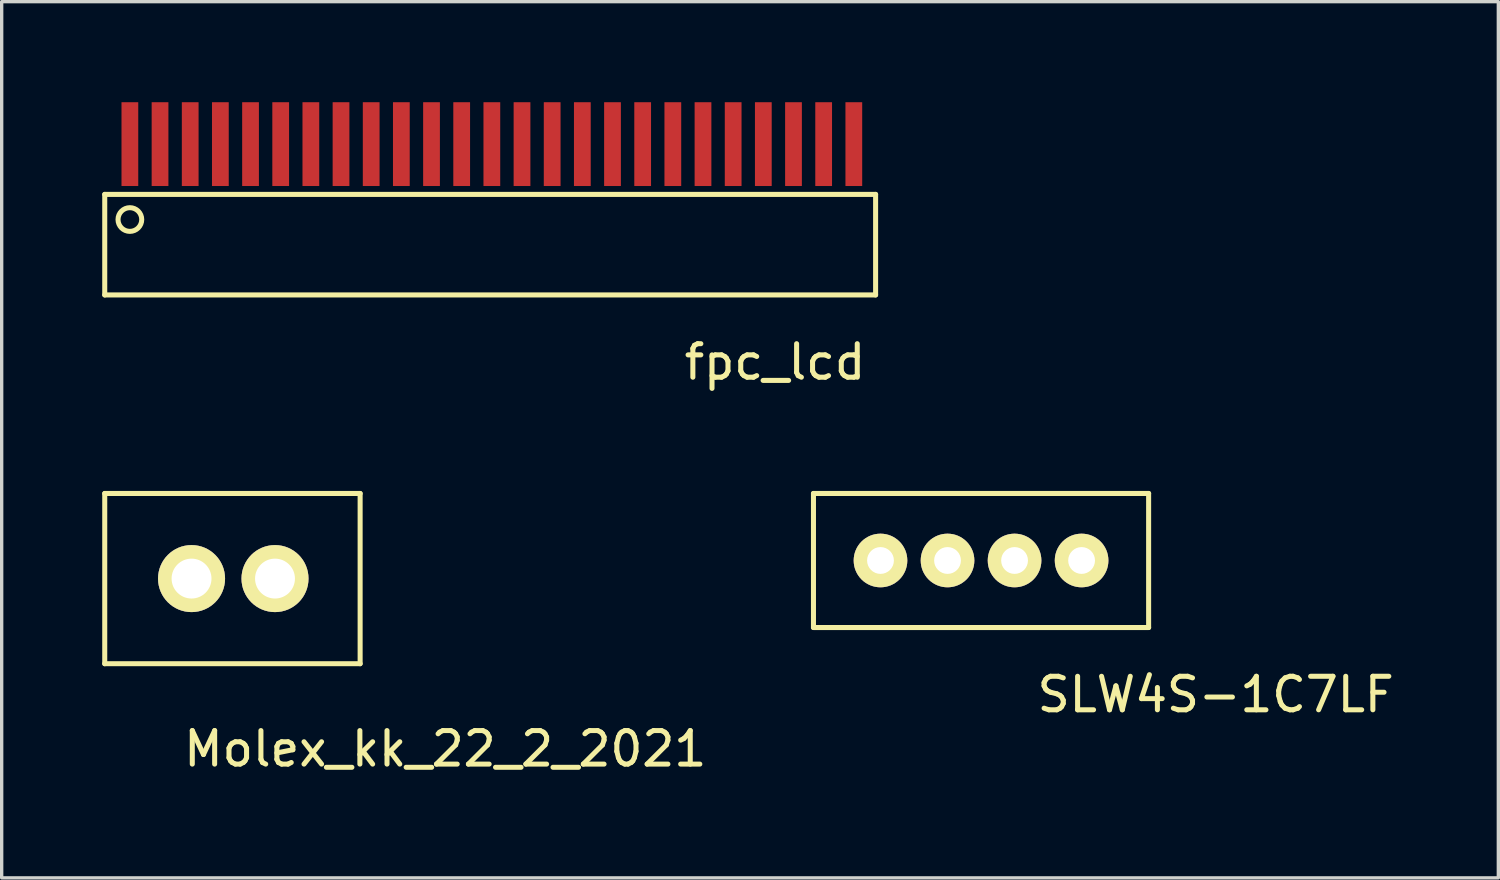
<source format=kicad_pcb>
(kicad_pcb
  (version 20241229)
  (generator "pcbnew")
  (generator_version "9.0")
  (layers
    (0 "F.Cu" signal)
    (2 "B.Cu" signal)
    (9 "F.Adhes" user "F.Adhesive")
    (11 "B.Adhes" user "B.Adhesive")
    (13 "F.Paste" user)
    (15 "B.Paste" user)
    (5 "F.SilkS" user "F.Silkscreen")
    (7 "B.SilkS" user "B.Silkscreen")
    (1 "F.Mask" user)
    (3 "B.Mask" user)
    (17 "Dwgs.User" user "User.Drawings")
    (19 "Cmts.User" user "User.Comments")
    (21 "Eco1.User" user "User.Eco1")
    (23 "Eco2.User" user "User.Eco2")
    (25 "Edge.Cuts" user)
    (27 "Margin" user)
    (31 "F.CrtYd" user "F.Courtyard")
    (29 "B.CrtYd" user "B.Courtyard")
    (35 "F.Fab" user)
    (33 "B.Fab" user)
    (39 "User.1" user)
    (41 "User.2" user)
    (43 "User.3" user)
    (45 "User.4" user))
  (footprint "Molex_kk_22_2_2021"
    (layer "F.Cu")
    (at 2.615 14.213)
    (property "Reference" "Molex_kk_22_2_2021" (at 7.62 5.08 0) (layer "F.SilkS") (effects (font (size 1 1) (thickness 0.15))))
    (attr through_hole)
    (fp_line (start -2.54 -2.54) (end -2.54 2.54) (stroke (width 0.15) (type solid)) (layer "F.SilkS"))
    (fp_line (start -2.54 2.54) (end 5.08 2.54) (stroke (width 0.15) (type solid)) (layer "F.SilkS"))
    (fp_line (start 5.08 -2.54) (end -2.54 -2.54) (stroke (width 0.15) (type solid)) (layer "F.SilkS"))
    (fp_line (start 5.08 2.54) (end 5.08 -2.54) (stroke (width 0.15) (type solid)) (layer "F.SilkS"))
    (pad "1" thru_hole circle (at 0.05 0) (size 2 2) (drill 1.19) (layers "*.Cu" "*.Mask" "F.SilkS"))
    (pad "2" thru_hole circle (at 2.54 0) (size 2 2) (drill 1.19) (layers "*.Cu" "*.Mask" "F.SilkS")))
  (footprint "SLW4S-1C7LF"
    (layer "F.Cu")
    (at 23.221 13.673)
    (property "Reference" "SLW4S-1C7LF" (at 10 4 0) (layer "F.SilkS") (effects (font (size 1 1) (thickness 0.15))))
    (attr through_hole)
    (fp_line (start -2 -2) (end -2 2) (stroke (width 0.15) (type solid)) (layer "F.SilkS"))
    (fp_line (start -2 2) (end 8 2) (stroke (width 0.15) (type solid)) (layer "F.SilkS"))
    (fp_line (start 8 -2) (end -2 -2) (stroke (width 0.15) (type solid)) (layer "F.SilkS"))
    (fp_line (start 8 2) (end 8 -2) (stroke (width 0.15) (type solid)) (layer "F.SilkS"))
    (pad "1" thru_hole circle (at 0 0) (size 1.6 1.6) (drill 0.8) (layers "*.Cu" "*.Mask" "F.SilkS"))
    (pad "2" thru_hole circle (at 2 0) (size 1.6 1.6) (drill 0.8) (layers "*.Cu" "*.Mask" "F.SilkS"))
    (pad "3" thru_hole circle (at 4 0) (size 1.6 1.6) (drill 0.8) (layers "*.Cu" "*.Mask" "F.SilkS"))
    (pad "4" thru_hole circle (at 6 0) (size 1.6 1.6) (drill 0.8) (layers "*.Cu" "*.Mask" "F.SilkS")))
  (footprint "fpc_lcd"
    (layer "F.Cu")
    (at 0.825 1.25)
    (property "Reference" "fpc_lcd" (at 19.25 6.5 0) (layer "F.SilkS") (effects (font (size 1 1) (thickness 0.15))))
    (attr through_hole)
    (fp_line (start -0.75 1.5) (end 22.25 1.5) (stroke (width 0.15) (type solid)) (layer "F.SilkS"))
    (fp_line (start -0.75 4.5) (end -0.75 1.5) (stroke (width 0.15) (type solid)) (layer "F.SilkS"))
    (fp_line (start 22.25 1.5) (end 22.25 4.5) (stroke (width 0.15) (type solid)) (layer "F.SilkS"))
    (fp_line (start 22.25 4.5) (end -0.75 4.5) (stroke (width 0.15) (type solid)) (layer "F.SilkS"))
    (fp_circle (center 0 2.25) (end 0.25 2.5) (stroke (width 0.15) (type solid)) (fill no) (layer "F.SilkS"))
    (pad "1" smd rect (at 0 0) (size 0.5 2.5) (layers "F.Cu" "F.Mask" "F.Paste"))
    (pad "2" smd rect (at 0.9 0) (size 0.5 2.5) (layers "F.Cu" "F.Mask" "F.Paste"))
    (pad "3" smd rect (at 1.8 0) (size 0.5 2.5) (layers "F.Cu" "F.Mask" "F.Paste"))
    (pad "4" smd rect (at 2.7 0) (size 0.5 2.5) (layers "F.Cu" "F.Mask" "F.Paste"))
    (pad "5" smd rect (at 3.6 0) (size 0.5 2.5) (layers "F.Cu" "F.Mask" "F.Paste"))
    (pad "6" smd rect (at 4.5 0) (size 0.5 2.5) (layers "F.Cu" "F.Mask" "F.Paste"))
    (pad "7" smd rect (at 5.4 0) (size 0.5 2.5) (layers "F.Cu" "F.Mask" "F.Paste"))
    (pad "8" smd rect (at 6.3 0) (size 0.5 2.5) (layers "F.Cu" "F.Mask" "F.Paste"))
    (pad "9" smd rect (at 7.2 0) (size 0.5 2.5) (layers "F.Cu" "F.Mask" "F.Paste"))
    (pad "10" smd rect (at 8.1 0) (size 0.5 2.5) (layers "F.Cu" "F.Mask" "F.Paste"))
    (pad "11" smd rect (at 9 0) (size 0.5 2.5) (layers "F.Cu" "F.Mask" "F.Paste"))
    (pad "12" smd rect (at 9.9 0) (size 0.5 2.5) (layers "F.Cu" "F.Mask" "F.Paste"))
    (pad "13" smd rect (at 10.8 0) (size 0.5 2.5) (layers "F.Cu" "F.Mask" "F.Paste"))
    (pad "14" smd rect (at 11.7 0) (size 0.5 2.5) (layers "F.Cu" "F.Mask" "F.Paste"))
    (pad "15" smd rect (at 12.6 0) (size 0.5 2.5) (layers "F.Cu" "F.Mask" "F.Paste"))
    (pad "16" smd rect (at 13.5 0) (size 0.5 2.5) (layers "F.Cu" "F.Mask" "F.Paste"))
    (pad "17" smd rect (at 14.4 0) (size 0.5 2.5) (layers "F.Cu" "F.Mask" "F.Paste"))
    (pad "18" smd rect (at 15.3 0) (size 0.5 2.5) (layers "F.Cu" "F.Mask" "F.Paste"))
    (pad "19" smd rect (at 16.2 0) (size 0.5 2.5) (layers "F.Cu" "F.Mask" "F.Paste"))
    (pad "20" smd rect (at 17.1 0) (size 0.5 2.5) (layers "F.Cu" "F.Mask" "F.Paste"))
    (pad "21" smd rect (at 18 0) (size 0.5 2.5) (layers "F.Cu" "F.Mask" "F.Paste"))
    (pad "22" smd rect (at 18.9 0) (size 0.5 2.5) (layers "F.Cu" "F.Mask" "F.Paste"))
    (pad "23" smd rect (at 19.8 0) (size 0.5 2.5) (layers "F.Cu" "F.Mask" "F.Paste"))
    (pad "24" smd rect (at 20.7 0) (size 0.5 2.5) (layers "F.Cu" "F.Mask" "F.Paste"))
    (pad "25" smd rect (at 21.6 0) (size 0.5 2.5) (layers "F.Cu" "F.Mask" "F.Paste")))
  (gr_rect
    (start -3 -3)
    (end 41.655 23.142)
    (stroke (width 0.1) (type default))
    (fill no)
    (layer "Edge.Cuts")))
</source>
